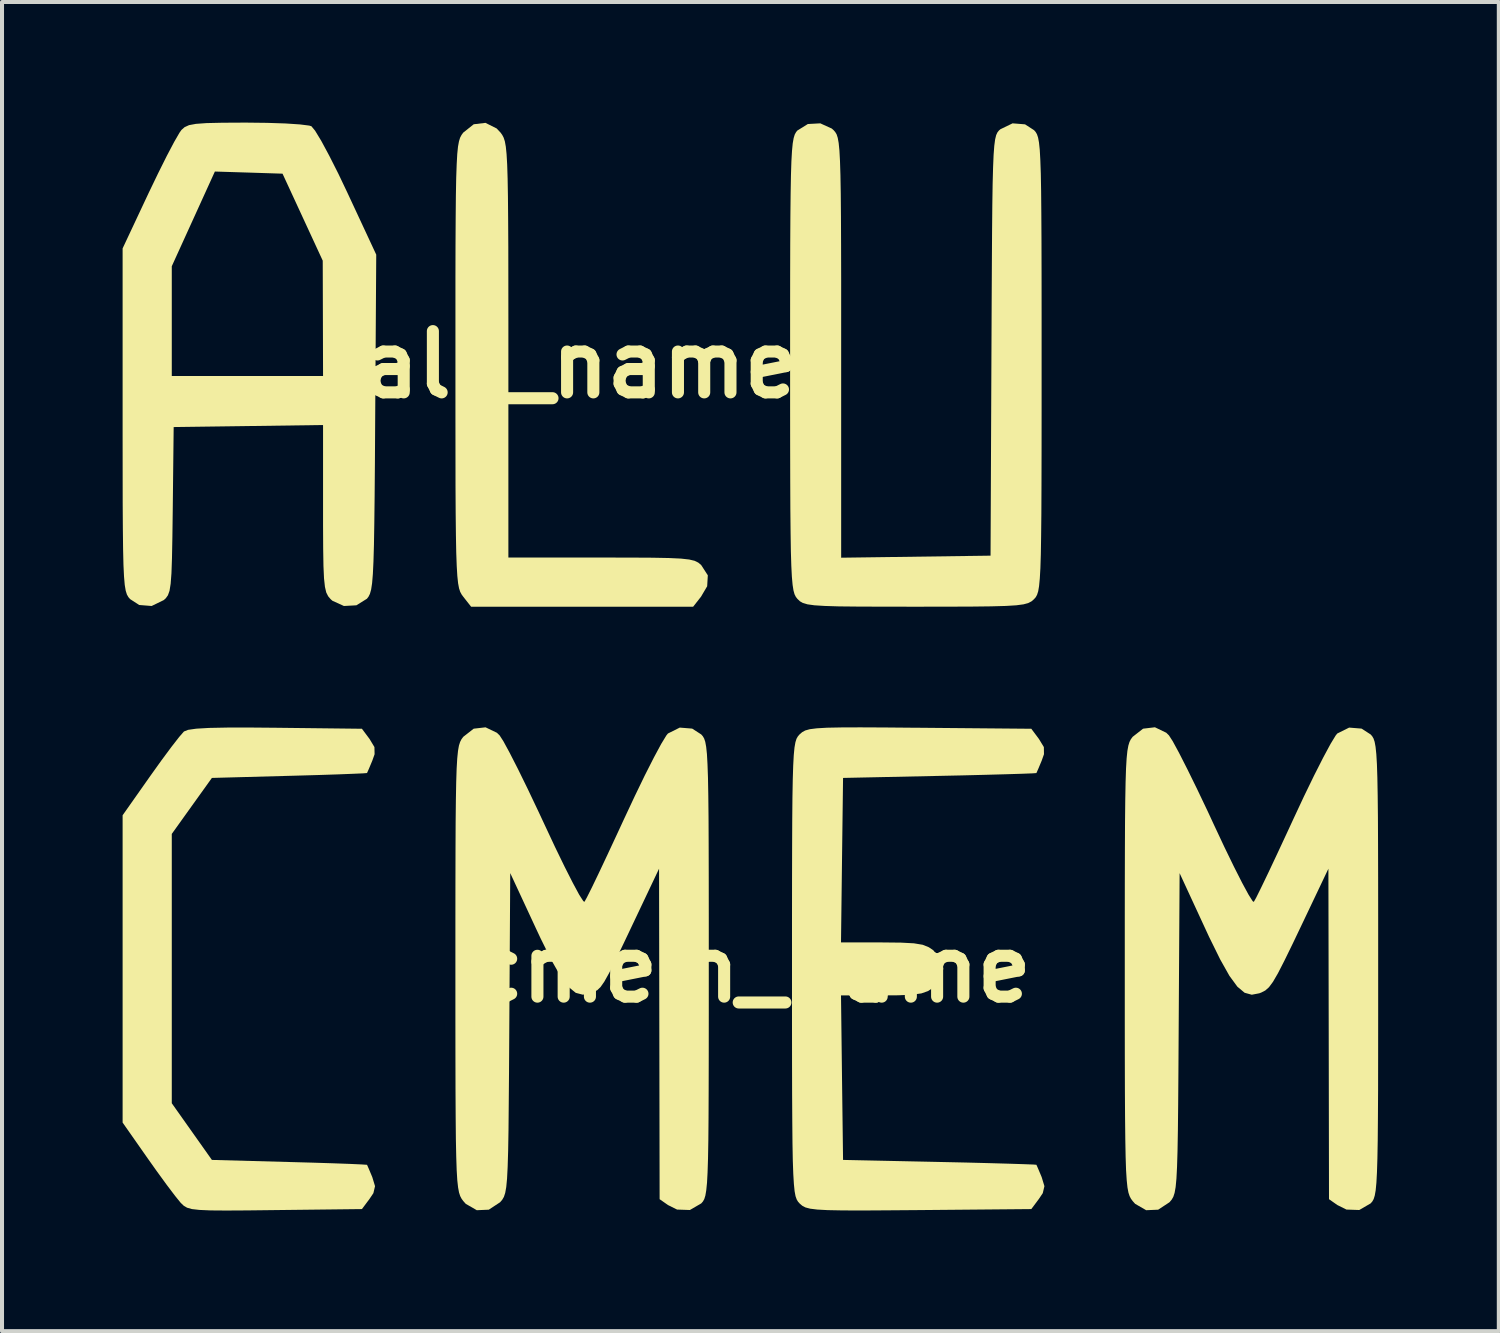
<source format=kicad_pcb>
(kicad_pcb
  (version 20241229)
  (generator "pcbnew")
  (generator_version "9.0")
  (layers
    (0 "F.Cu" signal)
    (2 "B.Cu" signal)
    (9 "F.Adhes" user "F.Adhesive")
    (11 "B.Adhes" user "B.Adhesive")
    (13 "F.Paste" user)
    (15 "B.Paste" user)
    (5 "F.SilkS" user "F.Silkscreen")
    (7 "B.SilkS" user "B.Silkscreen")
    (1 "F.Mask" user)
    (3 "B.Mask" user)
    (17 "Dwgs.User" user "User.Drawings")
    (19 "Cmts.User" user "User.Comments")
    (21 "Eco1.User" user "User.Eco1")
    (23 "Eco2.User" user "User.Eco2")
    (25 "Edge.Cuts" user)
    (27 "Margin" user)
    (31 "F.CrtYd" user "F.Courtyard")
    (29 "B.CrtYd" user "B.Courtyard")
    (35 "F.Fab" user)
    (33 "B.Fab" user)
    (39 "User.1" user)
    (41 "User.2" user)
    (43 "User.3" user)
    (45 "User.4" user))
  (footprint "cmem_name"
    (layer "F.Cu")
    (at 15.616 21.052)
    (property "Reference" "cmem_name" (at 0 0 0) (layer "F.SilkS") (effects (font (size 1.524 1.524) (thickness 0.3))))
    (attr board_only exclude_from_pos_files exclude_from_bom)
    (fp_poly (pts (xy -11.805 -5.999) (xy -9.663 -5.974) (xy -9.474 -5.721) (xy -9.352 -5.519) (xy -9.348 -5.341) (xy -9.405 -5.18) (xy -9.489 -4.979) (xy -9.535 -4.876) (xy -9.536 -4.873) (xy -9.63 -4.865) (xy -9.883 -4.854) (xy -10.268 -4.839) (xy -10.757 -4.823) (xy -11.322 -4.807) (xy -11.472 -4.803) (xy -13.395 -4.751) (xy -13.894 -4.055) (xy -14.393 -3.358) (xy -14.393 3.341) (xy -13.395 4.751) (xy -11.472 4.803) (xy -10.893 4.819) (xy -10.382 4.835) (xy -9.968 4.85) (xy -9.679 4.863) (xy -9.543 4.872) (xy -9.536 4.873) (xy -9.496 4.963) (xy -9.414 5.158) (xy -9.405 5.18) (xy -9.337 5.404) (xy -9.378 5.578) (xy -9.474 5.721) (xy -9.663 5.974) (xy -11.822 5.999) (xy -12.513 6.007) (xy -13.041 6.01) (xy -13.43 6.007) (xy -13.705 5.995) (xy -13.891 5.974) (xy -14.012 5.94) (xy -14.094 5.892) (xy -14.162 5.827) (xy -14.177 5.811) (xy -14.309 5.648) (xy -14.518 5.372) (xy -14.772 5.023) (xy -14.994 4.71) (xy -15.616 3.822) (xy -15.616 -3.822) (xy -14.923 -4.806) (xy -14.649 -5.189) (xy -14.402 -5.522) (xy -14.208 -5.771) (xy -14.094 -5.902) (xy -14.088 -5.907) (xy -13.988 -5.947) (xy -13.785 -5.976) (xy -13.463 -5.995) (xy -13.002 -6.004) (xy -12.385 -6.004)) (stroke (width 0) (type solid)) (fill yes) (layer "F.SilkS"))
    (fp_poly (pts (xy 3.355 -6.006) (xy 4.142 -5.999) (xy 4.201 -5.999) (xy 6.988 -5.974) (xy 7.177 -5.721) (xy 7.3 -5.519) (xy 7.303 -5.341) (xy 7.246 -5.18) (xy 7.162 -4.979) (xy 7.116 -4.875) (xy 7.115 -4.872) (xy 7.021 -4.865) (xy 6.765 -4.855) (xy 6.371 -4.843) (xy 5.864 -4.829) (xy 5.269 -4.814) (xy 4.704 -4.802) (xy 2.305 -4.751) (xy 2.279 -2.705) (xy 2.254 -0.659) (xy 3.278 -0.659) (xy 3.746 -0.654) (xy 4.067 -0.637) (xy 4.285 -0.601) (xy 4.439 -0.539) (xy 4.55 -0.464) (xy 4.758 -0.202) (xy 4.798 0) (xy 4.707 0.297) (xy 4.55 0.464) (xy 4.416 0.552) (xy 4.253 0.609) (xy 4.022 0.641) (xy 3.678 0.656) (xy 3.278 0.659) (xy 2.254 0.659) (xy 2.279 2.705) (xy 2.305 4.751) (xy 4.704 4.802) (xy 5.354 4.816) (xy 5.938 4.831) (xy 6.431 4.845) (xy 6.808 4.857) (xy 7.044 4.866) (xy 7.115 4.872) (xy 7.155 4.963) (xy 7.237 5.158) (xy 7.246 5.18) (xy 7.314 5.404) (xy 7.273 5.578) (xy 7.177 5.721) (xy 6.988 5.974) (xy 4.201 5.999) (xy 3.403 6.005) (xy 2.772 6.009) (xy 2.286 6.007) (xy 1.924 6) (xy 1.665 5.986) (xy 1.487 5.964) (xy 1.369 5.933) (xy 1.29 5.891) (xy 1.228 5.838) (xy 1.224 5.834) (xy 1.185 5.79) (xy 1.152 5.735) (xy 1.123 5.653) (xy 1.1 5.529) (xy 1.082 5.35) (xy 1.067 5.102) (xy 1.055 4.768) (xy 1.047 4.336) (xy 1.042 3.79) (xy 1.038 3.116) (xy 1.036 2.299) (xy 1.035 1.325) (xy 1.035 0.18) (xy 1.035 0) (xy 1.035 -1.171) (xy 1.036 -2.169) (xy 1.038 -3.007) (xy 1.041 -3.701) (xy 1.046 -4.264) (xy 1.054 -4.712) (xy 1.065 -5.059) (xy 1.079 -5.319) (xy 1.097 -5.507) (xy 1.12 -5.638) (xy 1.147 -5.725) (xy 1.18 -5.783) (xy 1.218 -5.828) (xy 1.224 -5.834) (xy 1.286 -5.888) (xy 1.363 -5.931) (xy 1.477 -5.963) (xy 1.65 -5.985) (xy 1.903 -6) (xy 2.257 -6.007) (xy 2.734 -6.009)) (stroke (width 0) (type solid)) (fill yes) (layer "F.SilkS"))
    (fp_poly (pts (xy -6.305 -5.874) (xy -6.238 -5.809) (xy -6.145 -5.665) (xy -5.988 -5.376) (xy -5.781 -4.971) (xy -5.538 -4.475) (xy -5.273 -3.917) (xy -5.123 -3.596) (xy -4.861 -3.036) (xy -4.621 -2.542) (xy -4.416 -2.138) (xy -4.258 -1.845) (xy -4.157 -1.688) (xy -4.129 -1.668) (xy -4.071 -1.771) (xy -3.946 -2.02) (xy -3.768 -2.39) (xy -3.548 -2.857) (xy -3.298 -3.394) (xy -3.149 -3.716) (xy -2.88 -4.29) (xy -2.627 -4.813) (xy -2.401 -5.258) (xy -2.218 -5.598) (xy -2.09 -5.808) (xy -2.051 -5.856) (xy -1.757 -6.003) (xy -1.448 -5.978) (xy -1.223 -5.833) (xy -1.184 -5.789) (xy -1.151 -5.733) (xy -1.123 -5.65) (xy -1.1 -5.525) (xy -1.081 -5.344) (xy -1.067 -5.092) (xy -1.055 -4.756) (xy -1.047 -4.319) (xy -1.041 -3.769) (xy -1.038 -3.09) (xy -1.036 -2.269) (xy -1.035 -1.289) (xy -1.035 -0.138) (xy -1.035 0) (xy -1.035 1.171) (xy -1.036 2.169) (xy -1.038 3.007) (xy -1.041 3.701) (xy -1.046 4.265) (xy -1.054 4.713) (xy -1.065 5.06) (xy -1.079 5.32) (xy -1.098 5.508) (xy -1.12 5.638) (xy -1.147 5.725) (xy -1.18 5.784) (xy -1.218 5.828) (xy -1.223 5.833) (xy -1.505 5.997) (xy -1.824 5.986) (xy -2.049 5.874) (xy -2.258 5.728) (xy -2.265 1.617) (xy -2.272 -2.493) (xy -2.874 -1.223) (xy -3.15 -0.641) (xy -3.36 -0.205) (xy -3.516 0.106) (xy -3.634 0.317) (xy -3.726 0.449) (xy -3.807 0.527) (xy -3.89 0.573) (xy -3.978 0.605) (xy -4.168 0.641) (xy -4.344 0.595) (xy -4.523 0.45) (xy -4.718 0.189) (xy -4.943 -0.206) (xy -5.215 -0.753) (xy -5.344 -1.028) (xy -5.974 -2.384) (xy -5.998 1.602) (xy -6.004 2.571) (xy -6.011 3.371) (xy -6.017 4.017) (xy -6.026 4.528) (xy -6.038 4.922) (xy -6.053 5.215) (xy -6.073 5.426) (xy -6.099 5.572) (xy -6.131 5.67) (xy -6.171 5.739) (xy -6.219 5.796) (xy -6.226 5.804) (xy -6.507 5.989) (xy -6.806 6.002) (xy -7.081 5.843) (xy -7.143 5.773) (xy -7.184 5.717) (xy -7.218 5.652) (xy -7.247 5.564) (xy -7.271 5.436) (xy -7.291 5.255) (xy -7.306 5.006) (xy -7.317 4.673) (xy -7.326 4.243) (xy -7.331 3.699) (xy -7.335 3.028) (xy -7.337 2.214) (xy -7.338 1.243) (xy -7.338 0.1) (xy -7.338 0) (xy -7.338 -1.158) (xy -7.337 -2.142) (xy -7.335 -2.968) (xy -7.332 -3.65) (xy -7.326 -4.203) (xy -7.318 -4.642) (xy -7.307 -4.982) (xy -7.292 -5.238) (xy -7.273 -5.424) (xy -7.25 -5.555) (xy -7.221 -5.646) (xy -7.187 -5.713) (xy -7.146 -5.768) (xy -7.143 -5.773) (xy -6.883 -5.976) (xy -6.588 -6.01)) (stroke (width 0) (type solid)) (fill yes) (layer "F.SilkS"))
    (fp_poly (pts (xy 10.345 -5.875) (xy 10.412 -5.809) (xy 10.505 -5.665) (xy 10.662 -5.376) (xy 10.868 -4.971) (xy 11.111 -4.476) (xy 11.377 -3.918) (xy 11.526 -3.596) (xy 11.789 -3.036) (xy 12.029 -2.542) (xy 12.234 -2.138) (xy 12.393 -1.845) (xy 12.493 -1.687) (xy 12.522 -1.667) (xy 12.58 -1.77) (xy 12.704 -2.02) (xy 12.882 -2.39) (xy 13.102 -2.857) (xy 13.352 -3.394) (xy 13.501 -3.716) (xy 13.769 -4.29) (xy 14.023 -4.813) (xy 14.249 -5.258) (xy 14.432 -5.598) (xy 14.56 -5.808) (xy 14.599 -5.856) (xy 14.894 -6.003) (xy 15.203 -5.978) (xy 15.428 -5.833) (xy 15.467 -5.789) (xy 15.5 -5.733) (xy 15.528 -5.65) (xy 15.551 -5.525) (xy 15.57 -5.344) (xy 15.585 -5.092) (xy 15.596 -4.756) (xy 15.604 -4.319) (xy 15.61 -3.769) (xy 15.613 -3.09) (xy 15.615 -2.269) (xy 15.616 -1.289) (xy 15.616 -0.138) (xy 15.616 0) (xy 15.616 1.171) (xy 15.615 2.169) (xy 15.614 3.007) (xy 15.61 3.701) (xy 15.605 4.265) (xy 15.597 4.713) (xy 15.586 5.06) (xy 15.572 5.32) (xy 15.554 5.508) (xy 15.531 5.638) (xy 15.504 5.725) (xy 15.471 5.784) (xy 15.433 5.828) (xy 15.428 5.833) (xy 15.146 5.997) (xy 14.827 5.986) (xy 14.602 5.874) (xy 14.393 5.728) (xy 14.386 1.617) (xy 14.378 -2.493) (xy 13.774 -1.223) (xy 13.496 -0.64) (xy 13.283 -0.204) (xy 13.123 0.108) (xy 13 0.32) (xy 12.9 0.455) (xy 12.81 0.535) (xy 12.714 0.585) (xy 12.66 0.606) (xy 12.472 0.642) (xy 12.294 0.593) (xy 12.114 0.442) (xy 11.916 0.172) (xy 11.687 -0.235) (xy 11.411 -0.795) (xy 11.304 -1.026) (xy 10.677 -2.382) (xy 10.653 1.603) (xy 10.647 2.573) (xy 10.641 3.372) (xy 10.634 4.018) (xy 10.625 4.529) (xy 10.613 4.922) (xy 10.598 5.215) (xy 10.578 5.426) (xy 10.552 5.572) (xy 10.52 5.67) (xy 10.48 5.739) (xy 10.432 5.796) (xy 10.425 5.804) (xy 10.144 5.989) (xy 9.845 6.002) (xy 9.57 5.843) (xy 9.508 5.773) (xy 9.467 5.717) (xy 9.433 5.652) (xy 9.404 5.564) (xy 9.38 5.436) (xy 9.361 5.255) (xy 9.345 5.006) (xy 9.334 4.673) (xy 9.326 4.243) (xy 9.32 3.699) (xy 9.316 3.028) (xy 9.314 2.214) (xy 9.313 1.243) (xy 9.313 0.1) (xy 9.313 0) (xy 9.313 -1.158) (xy 9.314 -2.142) (xy 9.316 -2.968) (xy 9.319 -3.65) (xy 9.325 -4.203) (xy 9.333 -4.642) (xy 9.344 -4.982) (xy 9.359 -5.238) (xy 9.378 -5.424) (xy 9.402 -5.555) (xy 9.43 -5.646) (xy 9.464 -5.713) (xy 9.505 -5.768) (xy 9.508 -5.773) (xy 9.768 -5.976) (xy 10.063 -6.011)) (stroke (width 0) (type solid)) (fill yes) (layer "F.SilkS")))
  (footprint "alu_name"
    (layer "F.Cu")
    (at 11.383 6.021)
    (property "Reference" "alu_name" (at 0 0 0) (layer "F.SilkS") (effects (font (size 1.524 1.524) (thickness 0.3))))
    (attr board_only exclude_from_pos_files exclude_from_bom)
    (fp_poly (pts (xy -2.079 -5.876) (xy -1.982 -5.773) (xy -1.94 -5.715) (xy -1.905 -5.648) (xy -1.875 -5.556) (xy -1.851 -5.424) (xy -1.832 -5.237) (xy -1.817 -4.978) (xy -1.806 -4.633) (xy -1.798 -4.187) (xy -1.793 -3.623) (xy -1.789 -2.927) (xy -1.788 -2.082) (xy -1.787 -1.075) (xy -1.787 -0.364) (xy -1.787 4.798) (xy 0.517 4.798) (xy 1.237 4.799) (xy 1.793 4.802) (xy 2.207 4.81) (xy 2.505 4.824) (xy 2.711 4.847) (xy 2.846 4.879) (xy 2.937 4.924) (xy 3.006 4.981) (xy 3.01 4.986) (xy 3.174 5.24) (xy 3.158 5.512) (xy 3.004 5.773) (xy 2.809 6.021) (xy -2.714 6.021) (xy -2.909 5.773) (xy -2.95 5.717) (xy -2.985 5.652) (xy -3.014 5.564) (xy -3.038 5.436) (xy -3.057 5.255) (xy -3.072 5.006) (xy -3.084 4.673) (xy -3.092 4.243) (xy -3.098 3.699) (xy -3.102 3.028) (xy -3.103 2.214) (xy -3.104 1.243) (xy -3.104 0.1) (xy -3.104 0) (xy -3.104 -1.158) (xy -3.104 -2.142) (xy -3.102 -2.968) (xy -3.098 -3.65) (xy -3.093 -4.203) (xy -3.085 -4.642) (xy -3.073 -4.982) (xy -3.059 -5.238) (xy -3.04 -5.424) (xy -3.016 -5.555) (xy -2.988 -5.646) (xy -2.953 -5.713) (xy -2.913 -5.768) (xy -2.909 -5.773) (xy -2.649 -5.98) (xy -2.357 -6.015)) (stroke (width 0) (type solid)) (fill yes) (layer "F.SilkS"))
    (fp_poly (pts (xy -7.79 -6.015) (xy -7.333 -6) (xy -6.971 -5.976) (xy -6.741 -5.947) (xy -6.687 -5.931) (xy -6.595 -5.82) (xy -6.441 -5.566) (xy -6.243 -5.198) (xy -6.015 -4.747) (xy -5.797 -4.289) (xy -5.074 -2.737) (xy -5.101 1.444) (xy -5.107 2.442) (xy -5.114 3.269) (xy -5.122 3.942) (xy -5.131 4.479) (xy -5.143 4.895) (xy -5.158 5.208) (xy -5.177 5.436) (xy -5.201 5.594) (xy -5.231 5.701) (xy -5.267 5.773) (xy -5.306 5.823) (xy -5.568 5.986) (xy -5.878 6.003) (xy -6.164 5.873) (xy -6.209 5.833) (xy -6.27 5.761) (xy -6.317 5.668) (xy -6.35 5.528) (xy -6.373 5.317) (xy -6.387 5.008) (xy -6.394 4.577) (xy -6.397 3.998) (xy -6.397 3.573) (xy -6.397 1.501) (xy -8.255 1.527) (xy -10.113 1.552) (xy -10.136 3.622) (xy -10.145 4.299) (xy -10.155 4.812) (xy -10.168 5.188) (xy -10.188 5.45) (xy -10.216 5.625) (xy -10.256 5.737) (xy -10.309 5.811) (xy -10.359 5.856) (xy -10.661 6.003) (xy -10.971 5.978) (xy -11.195 5.833) (xy -11.239 5.783) (xy -11.276 5.718) (xy -11.306 5.622) (xy -11.33 5.479) (xy -11.348 5.27) (xy -11.362 4.979) (xy -11.371 4.59) (xy -11.377 4.085) (xy -11.381 3.448) (xy -11.382 2.661) (xy -11.383 1.709) (xy -11.383 1.376) (xy -11.383 0.282) (xy -10.16 0.282) (xy -6.397 0.282) (xy -6.401 -1.152) (xy -6.405 -2.587) (xy -6.905 -3.669) (xy -7.405 -4.751) (xy -8.246 -4.778) (xy -9.088 -4.804) (xy -9.624 -3.626) (xy -10.16 -2.448) (xy -10.16 0.282) (xy -11.383 0.282) (xy -11.383 -2.892) (xy -10.734 -4.274) (xy -10.502 -4.756) (xy -10.286 -5.189) (xy -10.102 -5.538) (xy -9.968 -5.77) (xy -9.919 -5.839) (xy -9.841 -5.908) (xy -9.731 -5.958) (xy -9.559 -5.99) (xy -9.295 -6.009) (xy -8.907 -6.018) (xy -8.364 -6.021) (xy -8.305 -6.021)) (stroke (width 0) (type solid)) (fill yes) (layer "F.SilkS"))
    (fp_poly (pts (xy 6.258 -5.873) (xy 6.303 -5.833) (xy 6.343 -5.787) (xy 6.378 -5.729) (xy 6.406 -5.642) (xy 6.429 -5.513) (xy 6.448 -5.324) (xy 6.462 -5.063) (xy 6.473 -4.712) (xy 6.481 -4.258) (xy 6.486 -3.685) (xy 6.489 -2.978) (xy 6.491 -2.122) (xy 6.491 -1.102) (xy 6.491 -0.421) (xy 6.491 4.802) (xy 10.207 4.751) (xy 10.23 -0.47) (xy 10.235 -1.593) (xy 10.24 -2.542) (xy 10.245 -3.333) (xy 10.251 -3.982) (xy 10.259 -4.502) (xy 10.27 -4.909) (xy 10.283 -5.219) (xy 10.3 -5.446) (xy 10.321 -5.604) (xy 10.347 -5.711) (xy 10.379 -5.779) (xy 10.416 -5.825) (xy 10.452 -5.856) (xy 10.755 -6.003) (xy 11.065 -5.978) (xy 11.289 -5.833) (xy 11.328 -5.789) (xy 11.361 -5.733) (xy 11.389 -5.65) (xy 11.412 -5.525) (xy 11.431 -5.344) (xy 11.445 -5.092) (xy 11.457 -4.756) (xy 11.465 -4.319) (xy 11.47 -3.769) (xy 11.474 -3.09) (xy 11.476 -2.269) (xy 11.477 -1.289) (xy 11.477 -0.138) (xy 11.477 0) (xy 11.477 1.171) (xy 11.476 2.169) (xy 11.474 3.007) (xy 11.471 3.701) (xy 11.465 4.265) (xy 11.458 4.713) (xy 11.447 5.06) (xy 11.432 5.32) (xy 11.414 5.508) (xy 11.392 5.638) (xy 11.364 5.725) (xy 11.332 5.784) (xy 11.293 5.828) (xy 11.289 5.833) (xy 11.227 5.887) (xy 11.146 5.929) (xy 11.027 5.962) (xy 10.846 5.986) (xy 10.583 6.002) (xy 10.216 6.012) (xy 9.724 6.018) (xy 9.086 6.02) (xy 8.34 6.021) (xy 7.547 6.02) (xy 6.92 6.018) (xy 6.439 6.013) (xy 6.082 6.002) (xy 5.827 5.986) (xy 5.654 5.962) (xy 5.54 5.929) (xy 5.465 5.886) (xy 5.407 5.83) (xy 5.4 5.823) (xy 5.363 5.775) (xy 5.331 5.711) (xy 5.305 5.617) (xy 5.283 5.477) (xy 5.265 5.278) (xy 5.251 5.004) (xy 5.24 4.642) (xy 5.233 4.176) (xy 5.227 3.593) (xy 5.224 2.877) (xy 5.222 2.014) (xy 5.221 0.989) (xy 5.221 0) (xy 5.221 -1.17) (xy 5.222 -2.167) (xy 5.224 -3.005) (xy 5.228 -3.698) (xy 5.234 -4.261) (xy 5.242 -4.709) (xy 5.253 -5.055) (xy 5.268 -5.316) (xy 5.286 -5.504) (xy 5.309 -5.635) (xy 5.336 -5.724) (xy 5.369 -5.784) (xy 5.4 -5.823) (xy 5.662 -5.986) (xy 5.972 -6.003)) (stroke (width 0) (type solid)) (fill yes) (layer "F.SilkS")))
  (gr_rect
    (start -3 -3)
    (end 34.233 30.062)
    (stroke (width 0.1) (type default))
    (fill no)
    (layer "Edge.Cuts")))
</source>
